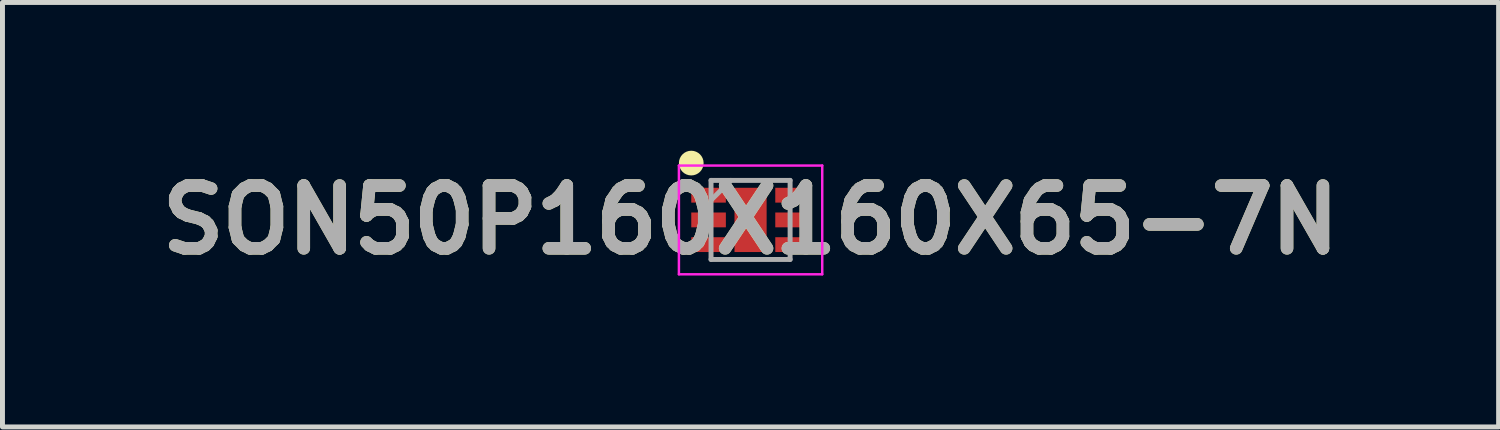
<source format=kicad_pcb>
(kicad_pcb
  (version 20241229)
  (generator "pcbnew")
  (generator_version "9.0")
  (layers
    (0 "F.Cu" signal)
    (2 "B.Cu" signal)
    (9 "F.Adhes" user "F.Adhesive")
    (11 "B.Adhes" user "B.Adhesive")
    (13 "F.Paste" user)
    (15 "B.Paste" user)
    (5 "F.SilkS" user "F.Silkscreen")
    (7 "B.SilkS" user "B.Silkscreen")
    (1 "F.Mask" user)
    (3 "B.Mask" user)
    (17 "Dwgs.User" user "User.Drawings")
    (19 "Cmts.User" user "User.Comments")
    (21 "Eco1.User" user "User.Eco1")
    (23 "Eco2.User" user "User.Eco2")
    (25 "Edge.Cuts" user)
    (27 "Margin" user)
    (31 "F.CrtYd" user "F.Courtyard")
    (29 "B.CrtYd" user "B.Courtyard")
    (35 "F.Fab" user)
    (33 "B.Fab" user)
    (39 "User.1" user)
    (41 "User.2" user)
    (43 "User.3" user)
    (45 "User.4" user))
  (footprint "SON50P160X160X65-7N"
    (layer "F.Cu")
    (at 12.138 1.4)
    (property "Reference" "SON50P160X160X65-7N" (at 0 0 0) (layer "F.SilkS") (effects (font (size 1.27 1.27) (thickness 0.254))))
    (attr smd)
    (fp_circle (center -1.2 -1.15) (end -1.2 -1.025) (stroke (width 0.25) (type solid)) (fill no) (layer "F.SilkS"))
    (fp_line (start -1.45 -1.1) (end 1.45 -1.1) (stroke (width 0.05) (type solid)) (layer "F.CrtYd"))
    (fp_line (start -1.45 1.1) (end -1.45 -1.1) (stroke (width 0.05) (type solid)) (layer "F.CrtYd"))
    (fp_line (start 1.45 -1.1) (end 1.45 1.1) (stroke (width 0.05) (type solid)) (layer "F.CrtYd"))
    (fp_line (start 1.45 1.1) (end -1.45 1.1) (stroke (width 0.05) (type solid)) (layer "F.CrtYd"))
    (fp_line (start -0.8 -0.8) (end 0.8 -0.8) (stroke (width 0.1) (type solid)) (layer "F.Fab"))
    (fp_line (start -0.8 -0.4) (end -0.4 -0.8) (stroke (width 0.1) (type solid)) (layer "F.Fab"))
    (fp_line (start -0.8 0.8) (end -0.8 -0.8) (stroke (width 0.1) (type solid)) (layer "F.Fab"))
    (fp_line (start 0.8 -0.8) (end 0.8 0.8) (stroke (width 0.1) (type solid)) (layer "F.Fab"))
    (fp_line (start 0.8 0.8) (end -0.8 0.8) (stroke (width 0.1) (type solid)) (layer "F.Fab"))
    (fp_text user "${REFERENCE}" (at 0 0 0) (layer "F.Fab") (effects (font (size 1.27 1.27) (thickness 0.254))))
    (pad "1" smd rect (at -0.85 -0.5 90) (size 0.3 0.7) (layers "F.Cu" "F.Mask" "F.Paste"))
    (pad "2" smd rect (at -0.85 0 90) (size 0.3 0.7) (layers "F.Cu" "F.Mask" "F.Paste"))
    (pad "3" smd rect (at -0.85 0.5 90) (size 0.3 0.7) (layers "F.Cu" "F.Mask" "F.Paste"))
    (pad "4" smd rect (at 0.85 0.5 90) (size 0.3 0.7) (layers "F.Cu" "F.Mask" "F.Paste"))
    (pad "5" smd rect (at 0.85 0 90) (size 0.3 0.7) (layers "F.Cu" "F.Mask" "F.Paste"))
    (pad "6" smd rect (at 0.85 -0.5 90) (size 0.3 0.7) (layers "F.Cu" "F.Mask" "F.Paste"))
    (pad "7" smd rect (at 0 0) (size 0.65 1.3) (layers "F.Cu" "F.Mask" "F.Paste")))
  (gr_rect
    (start -3 -3)
    (end 27.275 5.589)
    (stroke (width 0.1) (type default))
    (fill no)
    (layer "Edge.Cuts")))
</source>
